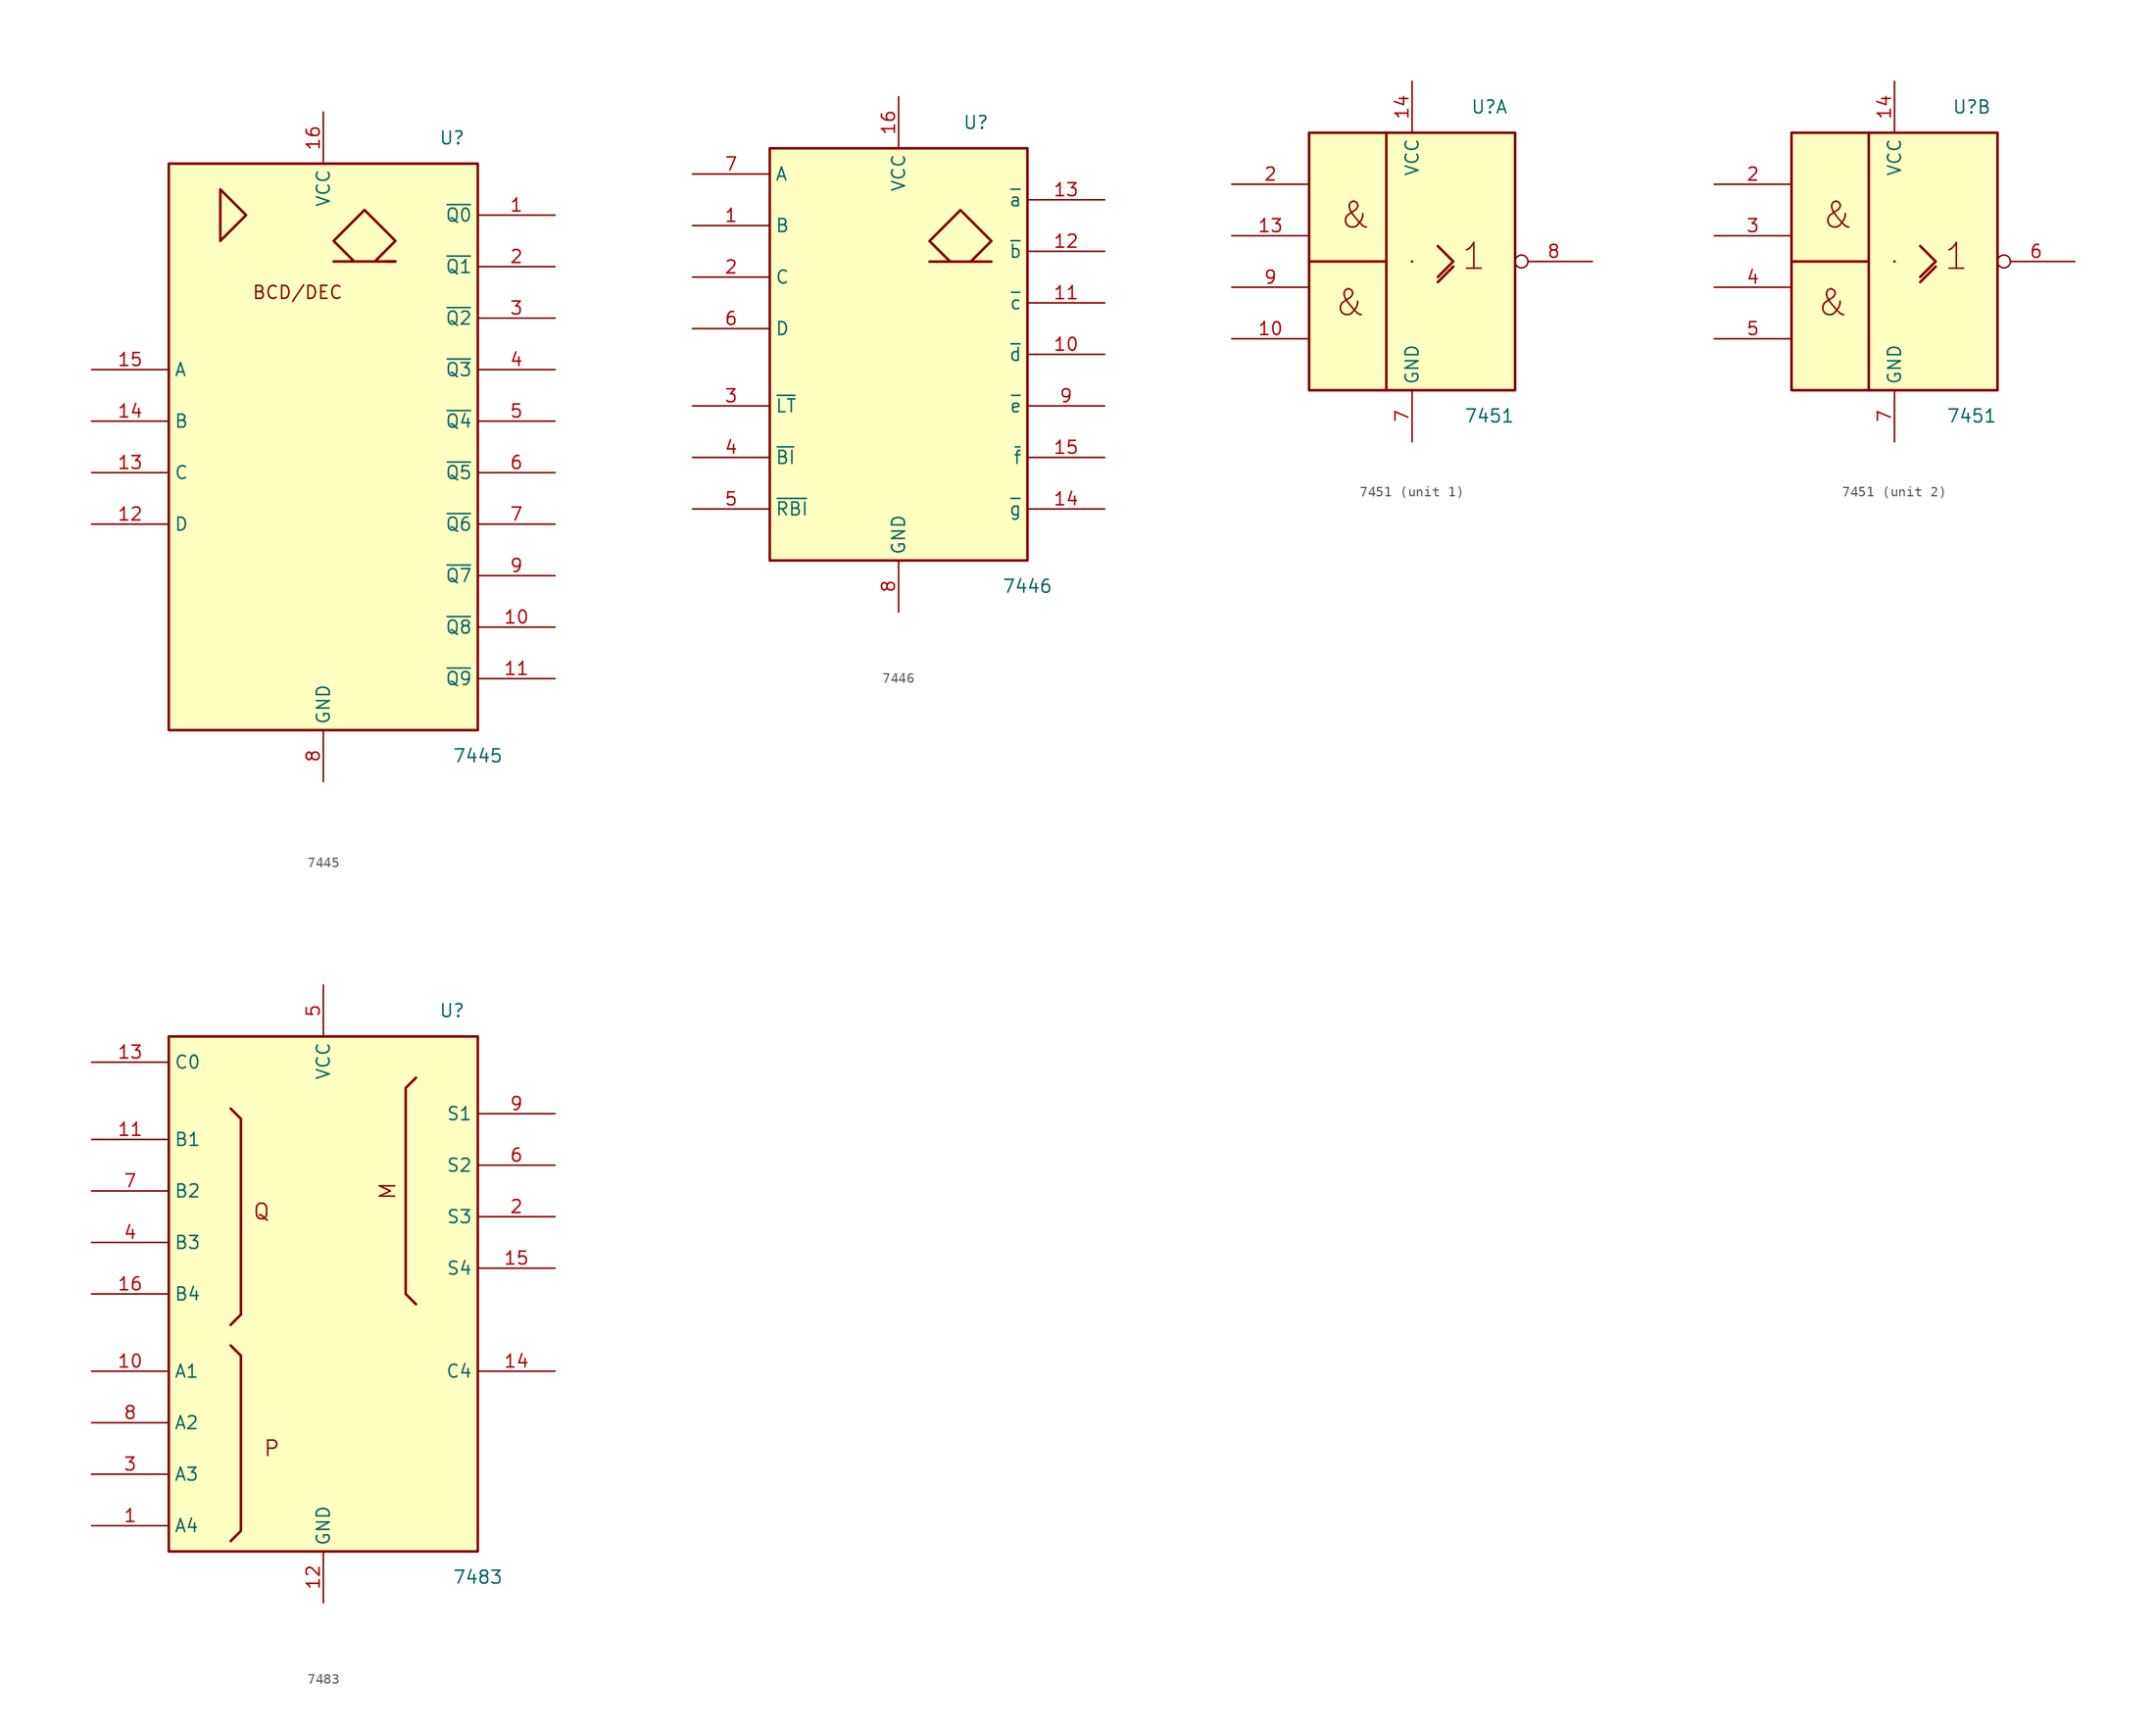
<source format=kicad_sym>
(kicad_symbol_lib
  (version 20241209)
  (generator "kicad_symbol_editor")
  (generator_version "9.0")
  (symbol "7445"
    (property "Reference" "U"
      (at 12.7 30.48 0)
      (effects (font (size 1.27 1.27))))
    (property "Value" "7445"
      (at 15.24 -30.48 0)
      (effects (font (size 1.27 1.27))))
    (symbol "7445_0_0"
      (polyline (pts (xy -10.16 25.4) (xy -10.16 20.32) (xy -7.62 22.86) (xy -10.16 25.4) (xy -10.16 25.4)) (stroke (width 0.254) (type default)) (fill (type background)))
      (polyline (pts (xy 5.08 18.288) (xy 7.112 20.32) (xy 4.064 23.368) (xy 1.016 20.32) (xy 3.048 18.288) (xy 1.016 18.288) (xy 7.112 18.288)) (stroke (width 0.254) (type default)) (fill (type background)))
      (polyline (pts (xy 7.112 18.288) (xy 6.096 18.288) (xy 6.096 18.288)) (stroke (width 0.254) (type default)) (fill (type background)))
      (text "BCD/DEC" (at -2.54 15.24 0) (effects (font (size 1.27 1.27))))
      (pin power_in line (at 0 33.02 270) (length 5.08) (name "VCC" (effects (font (size 1.27 1.27)))) (number "16" (effects (font (size 1.27 1.27)))))
      (pin power_in line (at 0 -33.02 90) (length 5.08) (name "GND" (effects (font (size 1.27 1.27)))) (number "8" (effects (font (size 1.27 1.27))))))
    (symbol "7445_0_1"
      (rectangle (start -15.24 27.94) (end 15.24 -27.94) (stroke (width 0.254) (type default)) (fill (type background))))
    (symbol "7445_1_1"
      (pin input line (at -22.86 7.62 0) (length 7.62) (name "A" (effects (font (size 1.27 1.27)))) (number "15" (effects (font (size 1.27 1.27)))))
      (pin input line (at -22.86 2.54 0) (length 7.62) (name "B" (effects (font (size 1.27 1.27)))) (number "14" (effects (font (size 1.27 1.27)))))
      (pin input line (at -22.86 -2.54 0) (length 7.62) (name "C" (effects (font (size 1.27 1.27)))) (number "13" (effects (font (size 1.27 1.27)))))
      (pin input line (at -22.86 -7.62 0) (length 7.62) (name "D" (effects (font (size 1.27 1.27)))) (number "12" (effects (font (size 1.27 1.27)))))
      (pin open_collector line (at 22.86 22.86 180) (length 7.62) (name "~{Q0}" (effects (font (size 1.27 1.27)))) (number "1" (effects (font (size 1.27 1.27)))))
      (pin open_collector line (at 22.86 17.78 180) (length 7.62) (name "~{Q1}" (effects (font (size 1.27 1.27)))) (number "2" (effects (font (size 1.27 1.27)))))
      (pin open_collector line (at 22.86 12.7 180) (length 7.62) (name "~{Q2}" (effects (font (size 1.27 1.27)))) (number "3" (effects (font (size 1.27 1.27)))))
      (pin open_collector line (at 22.86 7.62 180) (length 7.62) (name "~{Q3}" (effects (font (size 1.27 1.27)))) (number "4" (effects (font (size 1.27 1.27)))))
      (pin open_collector line (at 22.86 2.54 180) (length 7.62) (name "~{Q4}" (effects (font (size 1.27 1.27)))) (number "5" (effects (font (size 1.27 1.27)))))
      (pin open_collector line (at 22.86 -2.54 180) (length 7.62) (name "~{Q5}" (effects (font (size 1.27 1.27)))) (number "6" (effects (font (size 1.27 1.27)))))
      (pin open_collector line (at 22.86 -7.62 180) (length 7.62) (name "~{Q6}" (effects (font (size 1.27 1.27)))) (number "7" (effects (font (size 1.27 1.27)))))
      (pin open_collector line (at 22.86 -12.7 180) (length 7.62) (name "~{Q7}" (effects (font (size 1.27 1.27)))) (number "9" (effects (font (size 1.27 1.27)))))
      (pin open_collector line (at 22.86 -17.78 180) (length 7.62) (name "~{Q8}" (effects (font (size 1.27 1.27)))) (number "10" (effects (font (size 1.27 1.27)))))
      (pin open_collector line (at 22.86 -22.86 180) (length 7.62) (name "~{Q9}" (effects (font (size 1.27 1.27)))) (number "11" (effects (font (size 1.27 1.27)))))))
  (symbol "7446"
    (property "Reference" "U"
      (at 7.62 22.86 0)
      (effects (font (size 1.27 1.27))))
    (property "Value" "7446"
      (at 12.7 -22.86 0)
      (effects (font (size 1.27 1.27))))
    (symbol "7446_0_0"
      (rectangle (start -12.7 20.32) (end 12.7 -20.32) (stroke (width 0.254) (type default)) (fill (type background)))
      (polyline (pts (xy 7.112 9.144) (xy 9.144 11.176) (xy 6.096 14.224) (xy 3.048 11.176) (xy 5.08 9.144) (xy 3.048 9.144) (xy 9.144 9.144) (xy 9.144 9.144)) (stroke (width 0.254) (type default)) (fill (type background)))
      (pin power_in line (at 0 25.4 270) (length 5.08) (name "VCC" (effects (font (size 1.27 1.27)))) (number "16" (effects (font (size 1.27 1.27)))))
      (pin power_in line (at 0 -25.4 90) (length 5.08) (name "GND" (effects (font (size 1.27 1.27)))) (number "8" (effects (font (size 1.27 1.27))))))
    (symbol "7446_1_1"
      (pin input line (at -20.32 17.78 0) (length 7.62) (name "A" (effects (font (size 1.27 1.27)))) (number "7" (effects (font (size 1.27 1.27)))))
      (pin input line (at -20.32 12.7 0) (length 7.62) (name "B" (effects (font (size 1.27 1.27)))) (number "1" (effects (font (size 1.27 1.27)))))
      (pin input line (at -20.32 7.62 0) (length 7.62) (name "C" (effects (font (size 1.27 1.27)))) (number "2" (effects (font (size 1.27 1.27)))))
      (pin input line (at -20.32 2.54 0) (length 7.62) (name "D" (effects (font (size 1.27 1.27)))) (number "6" (effects (font (size 1.27 1.27)))))
      (pin input line (at -20.32 -5.08 0) (length 7.62) (name "~{LT}" (effects (font (size 1.27 1.27)))) (number "3" (effects (font (size 1.27 1.27)))))
      (pin input line (at -20.32 -10.16 0) (length 7.62) (name "~{BI}" (effects (font (size 1.27 1.27)))) (number "4" (effects (font (size 1.27 1.27)))))
      (pin input line (at -20.32 -15.24 0) (length 7.62) (name "~{RBI}" (effects (font (size 1.27 1.27)))) (number "5" (effects (font (size 1.27 1.27)))))
      (pin open_collector line (at 20.32 15.24 180) (length 7.62) (name "~{a}" (effects (font (size 1.27 1.27)))) (number "13" (effects (font (size 1.27 1.27)))))
      (pin open_collector line (at 20.32 10.16 180) (length 7.62) (name "~{b}" (effects (font (size 1.27 1.27)))) (number "12" (effects (font (size 1.27 1.27)))))
      (pin open_collector line (at 20.32 5.08 180) (length 7.62) (name "~{c}" (effects (font (size 1.27 1.27)))) (number "11" (effects (font (size 1.27 1.27)))))
      (pin open_collector line (at 20.32 0 180) (length 7.62) (name "~{d}" (effects (font (size 1.27 1.27)))) (number "10" (effects (font (size 1.27 1.27)))))
      (pin open_collector line (at 20.32 -5.08 180) (length 7.62) (name "~{e}" (effects (font (size 1.27 1.27)))) (number "9" (effects (font (size 1.27 1.27)))))
      (pin open_collector line (at 20.32 -10.16 180) (length 7.62) (name "~{f}" (effects (font (size 1.27 1.27)))) (number "15" (effects (font (size 1.27 1.27)))))
      (pin open_collector line (at 20.32 -15.24 180) (length 7.62) (name "~{g}" (effects (font (size 1.27 1.27)))) (number "14" (effects (font (size 1.27 1.27)))))))
  (symbol "7451"
    (property "Reference" "U"
      (at 7.62 15.24 0)
      (effects (font (size 1.27 1.27))))
    (property "Value" "7451"
      (at 7.62 -15.24 0)
      (effects (font (size 1.27 1.27))))
    (symbol "7451_0_0"
      (rectangle (start 0 0) (end 0 0) (stroke (width 0.254) (type default)) (fill (type background)))
      (polyline (pts (xy 2.54 1.524) (xy 4.064 0) (xy 2.54 -1.524) (xy 2.54 -1.524)) (stroke (width 0.254) (type default)) (fill (type background)))
      (polyline (pts (xy 2.54 -2.032) (xy 4.064 -0.508) (xy 4.064 -0.508)) (stroke (width 0.254) (type default)) (fill (type background)))
      (text "&" (at -6.096 -4.064 0) (effects (font (size 2.54 2.54))))
      (text "&" (at -5.588 4.572 0) (effects (font (size 2.54 2.54))))
      (text "1" (at 6.096 0.508 0) (effects (font (size 2.54 2.54)))))
    (symbol "7451_0_1"
      (rectangle (start -10.16 12.7) (end 10.16 -12.7) (stroke (width 0.254) (type default)) (fill (type background)))
      (polyline (pts (xy -2.54 12.7) (xy -2.54 0) (xy -10.16 0) (xy -10.16 0)) (stroke (width 0.254) (type default)) (fill (type background)))
      (polyline (pts (xy -2.54 0) (xy -2.54 -12.7) (xy -2.54 -12.7)) (stroke (width 0.254) (type default)) (fill (type background)))
      (pin power_in line (at 0 17.78 270) (length 5.08) (name "VCC" (effects (font (size 1.27 1.27)))) (number "14" (effects (font (size 1.27 1.27)))))
      (pin power_in line (at 0 -17.78 90) (length 5.08) (name "GND" (effects (font (size 1.27 1.27)))) (number "7" (effects (font (size 1.27 1.27))))))
    (symbol "7451_1_1"
      (pin input line (at -17.78 7.62 0) (length 7.62) (name "~" (effects (font (size 1.27 1.27)))) (number "2" (effects (font (size 1.27 1.27)))))
      (pin input line (at -17.78 2.54 0) (length 7.62) (name "~" (effects (font (size 1.27 1.27)))) (number "13" (effects (font (size 1.27 1.27)))))
      (pin input line (at -17.78 -2.54 0) (length 7.62) (name "~" (effects (font (size 1.27 1.27)))) (number "9" (effects (font (size 1.27 1.27)))))
      (pin input line (at -17.78 -7.62 0) (length 7.62) (name "~" (effects (font (size 1.27 1.27)))) (number "10" (effects (font (size 1.27 1.27)))))
      (pin output inverted (at 17.78 0 180) (length 7.62) (name "~" (effects (font (size 1.27 1.27)))) (number "8" (effects (font (size 1.27 1.27))))))
    (symbol "7451_2_1"
      (pin input line (at -17.78 7.62 0) (length 7.62) (name "~" (effects (font (size 1.27 1.27)))) (number "2" (effects (font (size 1.27 1.27)))))
      (pin input line (at -17.78 2.54 0) (length 7.62) (name "~" (effects (font (size 1.27 1.27)))) (number "3" (effects (font (size 1.27 1.27)))))
      (pin input line (at -17.78 -2.54 0) (length 7.62) (name "~" (effects (font (size 1.27 1.27)))) (number "4" (effects (font (size 1.27 1.27)))))
      (pin input line (at -17.78 -7.62 0) (length 7.62) (name "~" (effects (font (size 1.27 1.27)))) (number "5" (effects (font (size 1.27 1.27)))))
      (pin output inverted (at 17.78 0 180) (length 7.62) (name "~" (effects (font (size 1.27 1.27)))) (number "6" (effects (font (size 1.27 1.27)))))))
  (symbol "7483"
    (property "Reference" "U"
      (at 12.7 27.94 0)
      (effects (font (size 1.27 1.27))))
    (property "Value" "7483"
      (at 15.24 -27.94 0)
      (effects (font (size 1.27 1.27))))
    (symbol "7483_0_0"
      (rectangle (start -15.24 25.4) (end 15.24 -25.4) (stroke (width 0.254) (type default)) (fill (type background)))
      (polyline (pts (xy -9.144 18.288) (xy -8.128 17.272) (xy -8.128 -2.032) (xy -9.144 -3.048) (xy -9.144 -3.048)) (stroke (width 0.254) (type default)) (fill (type background)))
      (polyline (pts (xy -9.144 -24.384) (xy -8.128 -23.368) (xy -8.128 -6.096) (xy -9.144 -5.08) (xy -9.144 -5.08)) (stroke (width 0.254) (type default)) (fill (type background)))
      (polyline (pts (xy 9.144 21.336) (xy 8.128 20.32) (xy 8.128 0) (xy 9.144 -1.016) (xy 9.144 -1.016)) (stroke (width 0.254) (type default)) (fill (type background)))
      (text "Q" (at -6.096 8.128 0) (effects (font (size 1.524 1.524))))
      (text "P" (at -5.08 -15.24 0) (effects (font (size 1.524 1.524))))
      (text "M" (at 6.35 10.16 900) (effects (font (size 1.524 1.524))))
      (pin power_in line (at 0 30.48 270) (length 5.08) (name "VCC" (effects (font (size 1.27 1.27)))) (number "5" (effects (font (size 1.27 1.27)))))
      (pin power_in line (at 0 -30.48 90) (length 5.08) (name "GND" (effects (font (size 1.27 1.27)))) (number "12" (effects (font (size 1.27 1.27))))))
    (symbol "7483_1_1"
      (pin input line (at -22.86 22.86 0) (length 7.62) (name "C0" (effects (font (size 1.27 1.27)))) (number "13" (effects (font (size 1.27 1.27)))))
      (pin input line (at -22.86 15.24 0) (length 7.62) (name "B1" (effects (font (size 1.27 1.27)))) (number "11" (effects (font (size 1.27 1.27)))))
      (pin input line (at -22.86 10.16 0) (length 7.62) (name "B2" (effects (font (size 1.27 1.27)))) (number "7" (effects (font (size 1.27 1.27)))))
      (pin input line (at -22.86 5.08 0) (length 7.62) (name "B3" (effects (font (size 1.27 1.27)))) (number "4" (effects (font (size 1.27 1.27)))))
      (pin input line (at -22.86 0 0) (length 7.62) (name "B4" (effects (font (size 1.27 1.27)))) (number "16" (effects (font (size 1.27 1.27)))))
      (pin input line (at -22.86 -7.62 0) (length 7.62) (name "A1" (effects (font (size 1.27 1.27)))) (number "10" (effects (font (size 1.27 1.27)))))
      (pin input line (at -22.86 -12.7 0) (length 7.62) (name "A2" (effects (font (size 1.27 1.27)))) (number "8" (effects (font (size 1.27 1.27)))))
      (pin input line (at -22.86 -17.78 0) (length 7.62) (name "A3" (effects (font (size 1.27 1.27)))) (number "3" (effects (font (size 1.27 1.27)))))
      (pin input line (at -22.86 -22.86 0) (length 7.62) (name "A4" (effects (font (size 1.27 1.27)))) (number "1" (effects (font (size 1.27 1.27)))))
      (pin output line (at 22.86 17.78 180) (length 7.62) (name "S1" (effects (font (size 1.27 1.27)))) (number "9" (effects (font (size 1.27 1.27)))))
      (pin output line (at 22.86 12.7 180) (length 7.62) (name "S2" (effects (font (size 1.27 1.27)))) (number "6" (effects (font (size 1.27 1.27)))))
      (pin output line (at 22.86 7.62 180) (length 7.62) (name "S3" (effects (font (size 1.27 1.27)))) (number "2" (effects (font (size 1.27 1.27)))))
      (pin output line (at 22.86 2.54 180) (length 7.62) (name "S4" (effects (font (size 1.27 1.27)))) (number "15" (effects (font (size 1.27 1.27)))))
      (pin output line (at 22.86 -7.62 180) (length 7.62) (name "C4" (effects (font (size 1.27 1.27)))) (number "14" (effects (font (size 1.27 1.27))))))))
</source>
